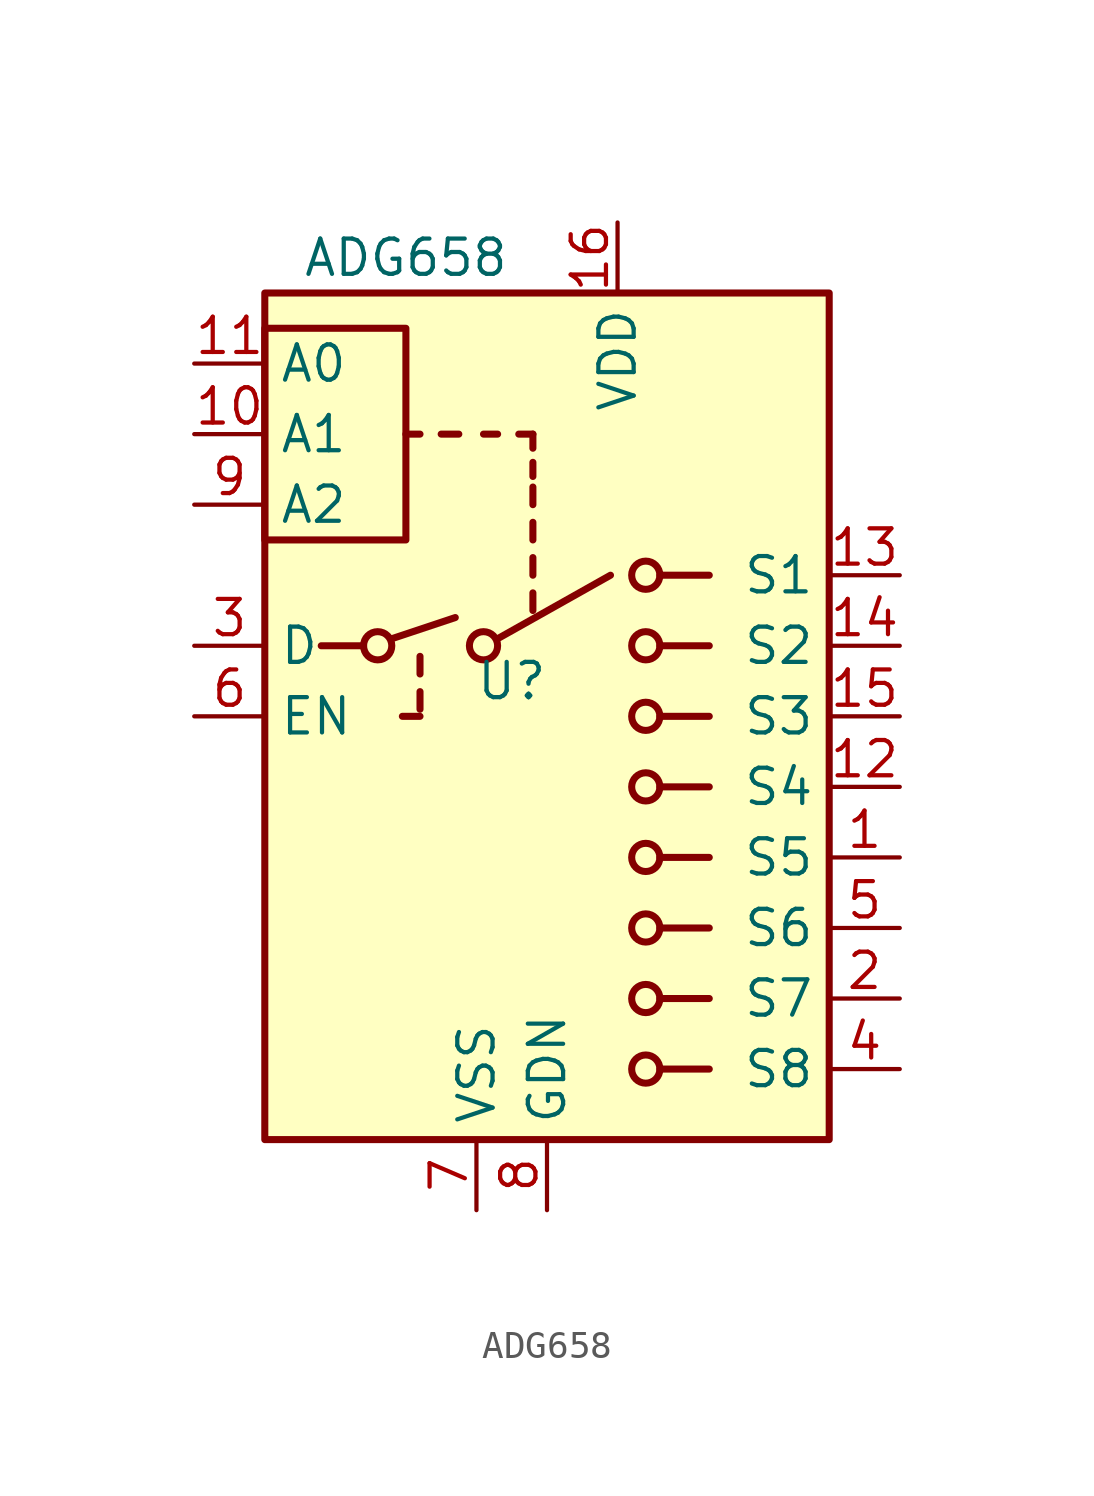
<source format=kicad_sym>
(kicad_symbol_lib
  (version 20211014)
  (generator kicad_symbol_editor)
  (symbol "ADG658"
    (property "Reference" "U"
      (at 0 0 0)
      (effects (font (size 1.27 1.27))))
    (property "Value" "ADG658"
      (at -3.81 15.24 0)
      (effects (font (size 1.27 1.27))))
    (symbol "ADG658_0_1"
      (rectangle (start -8.89 5.08) (end -3.81 12.7) (stroke (width 0.254) (type default) (color 0 0 0 0)) (fill (type none)))
      (rectangle (start -8.89 13.97) (end 11.43 -16.51) (stroke (width 0.254) (type default) (color 0 0 0 0)) (fill (type background)))
      (circle (center -4.826 1.27) (radius 0.508) (stroke (width 0.254) (type default) (color 0 0 0 0)) (fill (type none)))
      (circle (center -1.016 1.27) (radius 0.508) (stroke (width 0.254) (type default) (color 0 0 0 0)) (fill (type none)))
      (polyline (pts (xy -6.858 1.27) (xy -5.334 1.27)) (stroke (width 0.254) (type default) (color 0 0 0 0)) (fill (type none)))
      (polyline (pts (xy -4.318 1.524) (xy -2.032 2.286)) (stroke (width 0.254) (type default) (color 0 0 0 0)) (fill (type none)))
      (polyline (pts (xy -3.302 -1.27) (xy -3.937 -1.27)) (stroke (width 0.254) (type default) (color 0 0 0 0)) (fill (type none)))
      (polyline (pts (xy -3.302 -1.016) (xy -3.302 -0.381)) (stroke (width 0.254) (type default) (color 0 0 0 0)) (fill (type none)))
      (polyline (pts (xy -3.302 0.254) (xy -3.302 0.889)) (stroke (width 0.254) (type default) (color 0 0 0 0)) (fill (type none)))
      (polyline (pts (xy -3.302 8.89) (xy -3.81 8.89)) (stroke (width 0.254) (type default) (color 0 0 0 0)) (fill (type none)))
      (polyline (pts (xy -2.54 8.89) (xy -1.905 8.89)) (stroke (width 0.254) (type default) (color 0 0 0 0)) (fill (type none)))
      (polyline (pts (xy -0.508 1.524) (xy 3.556 3.81)) (stroke (width 0.254) (type default) (color 0 0 0 0)) (fill (type none)))
      (polyline (pts (xy -0.508 8.89) (xy -1.016 8.89)) (stroke (width 0.254) (type default) (color 0 0 0 0)) (fill (type none)))
      (polyline (pts (xy 0.762 2.54) (xy 0.762 3.175)) (stroke (width 0.254) (type default) (color 0 0 0 0)) (fill (type none)))
      (polyline (pts (xy 0.762 3.81) (xy 0.762 4.445)) (stroke (width 0.254) (type default) (color 0 0 0 0)) (fill (type none)))
      (polyline (pts (xy 0.762 5.08) (xy 0.762 5.715)) (stroke (width 0.254) (type default) (color 0 0 0 0)) (fill (type none)))
      (polyline (pts (xy 0.762 6.35) (xy 0.762 6.985)) (stroke (width 0.254) (type default) (color 0 0 0 0)) (fill (type none)))
      (polyline (pts (xy 0.762 7.366) (xy 0.762 7.874)) (stroke (width 0.254) (type default) (color 0 0 0 0)) (fill (type none)))
      (polyline (pts (xy 0.762 8.382) (xy 0.762 8.89)) (stroke (width 0.254) (type default) (color 0 0 0 0)) (fill (type none)))
      (polyline (pts (xy 0.762 8.89) (xy 0.254 8.89)) (stroke (width 0.254) (type default) (color 0 0 0 0)) (fill (type none)))
      (polyline (pts (xy 5.334 -13.97) (xy 7.112 -13.97)) (stroke (width 0.254) (type default) (color 0 0 0 0)) (fill (type none)))
      (polyline (pts (xy 5.334 -11.43) (xy 7.112 -11.43)) (stroke (width 0.254) (type default) (color 0 0 0 0)) (fill (type none)))
      (polyline (pts (xy 5.334 -8.89) (xy 7.112 -8.89)) (stroke (width 0.254) (type default) (color 0 0 0 0)) (fill (type none)))
      (polyline (pts (xy 5.334 -6.35) (xy 7.112 -6.35)) (stroke (width 0.254) (type default) (color 0 0 0 0)) (fill (type none)))
      (polyline (pts (xy 5.334 -3.81) (xy 7.112 -3.81)) (stroke (width 0.254) (type default) (color 0 0 0 0)) (fill (type none)))
      (polyline (pts (xy 5.334 -1.27) (xy 7.112 -1.27)) (stroke (width 0.254) (type default) (color 0 0 0 0)) (fill (type none)))
      (polyline (pts (xy 5.334 1.27) (xy 7.112 1.27)) (stroke (width 0.254) (type default) (color 0 0 0 0)) (fill (type none)))
      (polyline (pts (xy 5.334 3.81) (xy 7.112 3.81)) (stroke (width 0.254) (type default) (color 0 0 0 0)) (fill (type none)))
      (circle (center 4.826 -13.97) (radius 0.508) (stroke (width 0.254) (type default) (color 0 0 0 0)) (fill (type none)))
      (circle (center 4.826 -11.43) (radius 0.508) (stroke (width 0.254) (type default) (color 0 0 0 0)) (fill (type none)))
      (circle (center 4.826 -8.89) (radius 0.508) (stroke (width 0.254) (type default) (color 0 0 0 0)) (fill (type none)))
      (circle (center 4.826 -6.35) (radius 0.508) (stroke (width 0.254) (type default) (color 0 0 0 0)) (fill (type none)))
      (circle (center 4.826 -3.81) (radius 0.508) (stroke (width 0.254) (type default) (color 0 0 0 0)) (fill (type none)))
      (circle (center 4.826 -1.27) (radius 0.508) (stroke (width 0.254) (type default) (color 0 0 0 0)) (fill (type none)))
      (circle (center 4.826 1.27) (radius 0.508) (stroke (width 0.254) (type default) (color 0 0 0 0)) (fill (type none)))
      (circle (center 4.826 3.81) (radius 0.508) (stroke (width 0.254) (type default) (color 0 0 0 0)) (fill (type none))))
    (symbol "ADG658_1_1"
      (pin bidirectional line (at 13.97 -6.35 180) (length 2.54) (name "S5" (effects (font (size 1.27 1.27)))) (number "1" (effects (font (size 1.27 1.27)))))
      (pin input line (at -11.43 8.89 0) (length 2.54) (name "A1" (effects (font (size 1.27 1.27)))) (number "10" (effects (font (size 1.27 1.27)))))
      (pin input line (at -11.43 11.43 0) (length 2.54) (name "A0" (effects (font (size 1.27 1.27)))) (number "11" (effects (font (size 1.27 1.27)))))
      (pin bidirectional line (at 13.97 -3.81 180) (length 2.54) (name "S4" (effects (font (size 1.27 1.27)))) (number "12" (effects (font (size 1.27 1.27)))))
      (pin bidirectional line (at 13.97 3.81 180) (length 2.54) (name "S1" (effects (font (size 1.27 1.27)))) (number "13" (effects (font (size 1.27 1.27)))))
      (pin bidirectional line (at 13.97 1.27 180) (length 2.54) (name "S2" (effects (font (size 1.27 1.27)))) (number "14" (effects (font (size 1.27 1.27)))))
      (pin bidirectional line (at 13.97 -1.27 180) (length 2.54) (name "S3" (effects (font (size 1.27 1.27)))) (number "15" (effects (font (size 1.27 1.27)))))
      (pin power_in line (at 3.81 16.51 270) (length 2.54) (name "VDD" (effects (font (size 1.27 1.27)))) (number "16" (effects (font (size 1.27 1.27)))))
      (pin bidirectional line (at 13.97 -11.43 180) (length 2.54) (name "S7" (effects (font (size 1.27 1.27)))) (number "2" (effects (font (size 1.27 1.27)))))
      (pin bidirectional line (at -11.43 1.27 0) (length 2.54) (name "D" (effects (font (size 1.27 1.27)))) (number "3" (effects (font (size 1.27 1.27)))))
      (pin bidirectional line (at 13.97 -13.97 180) (length 2.54) (name "S8" (effects (font (size 1.27 1.27)))) (number "4" (effects (font (size 1.27 1.27)))))
      (pin bidirectional line (at 13.97 -8.89 180) (length 2.54) (name "S6" (effects (font (size 1.27 1.27)))) (number "5" (effects (font (size 1.27 1.27)))))
      (pin input line (at -11.43 -1.27 0) (length 2.54) (name "EN" (effects (font (size 1.27 1.27)))) (number "6" (effects (font (size 1.27 1.27)))))
      (pin power_in line (at -1.27 -19.05 90) (length 2.54) (name "VSS" (effects (font (size 1.27 1.27)))) (number "7" (effects (font (size 1.27 1.27)))))
      (pin power_in line (at 1.27 -19.05 90) (length 2.54) (name "GDN" (effects (font (size 1.27 1.27)))) (number "8" (effects (font (size 1.27 1.27)))))
      (pin input line (at -11.43 6.35 0) (length 2.54) (name "A2" (effects (font (size 1.27 1.27)))) (number "9" (effects (font (size 1.27 1.27))))))))
</source>
